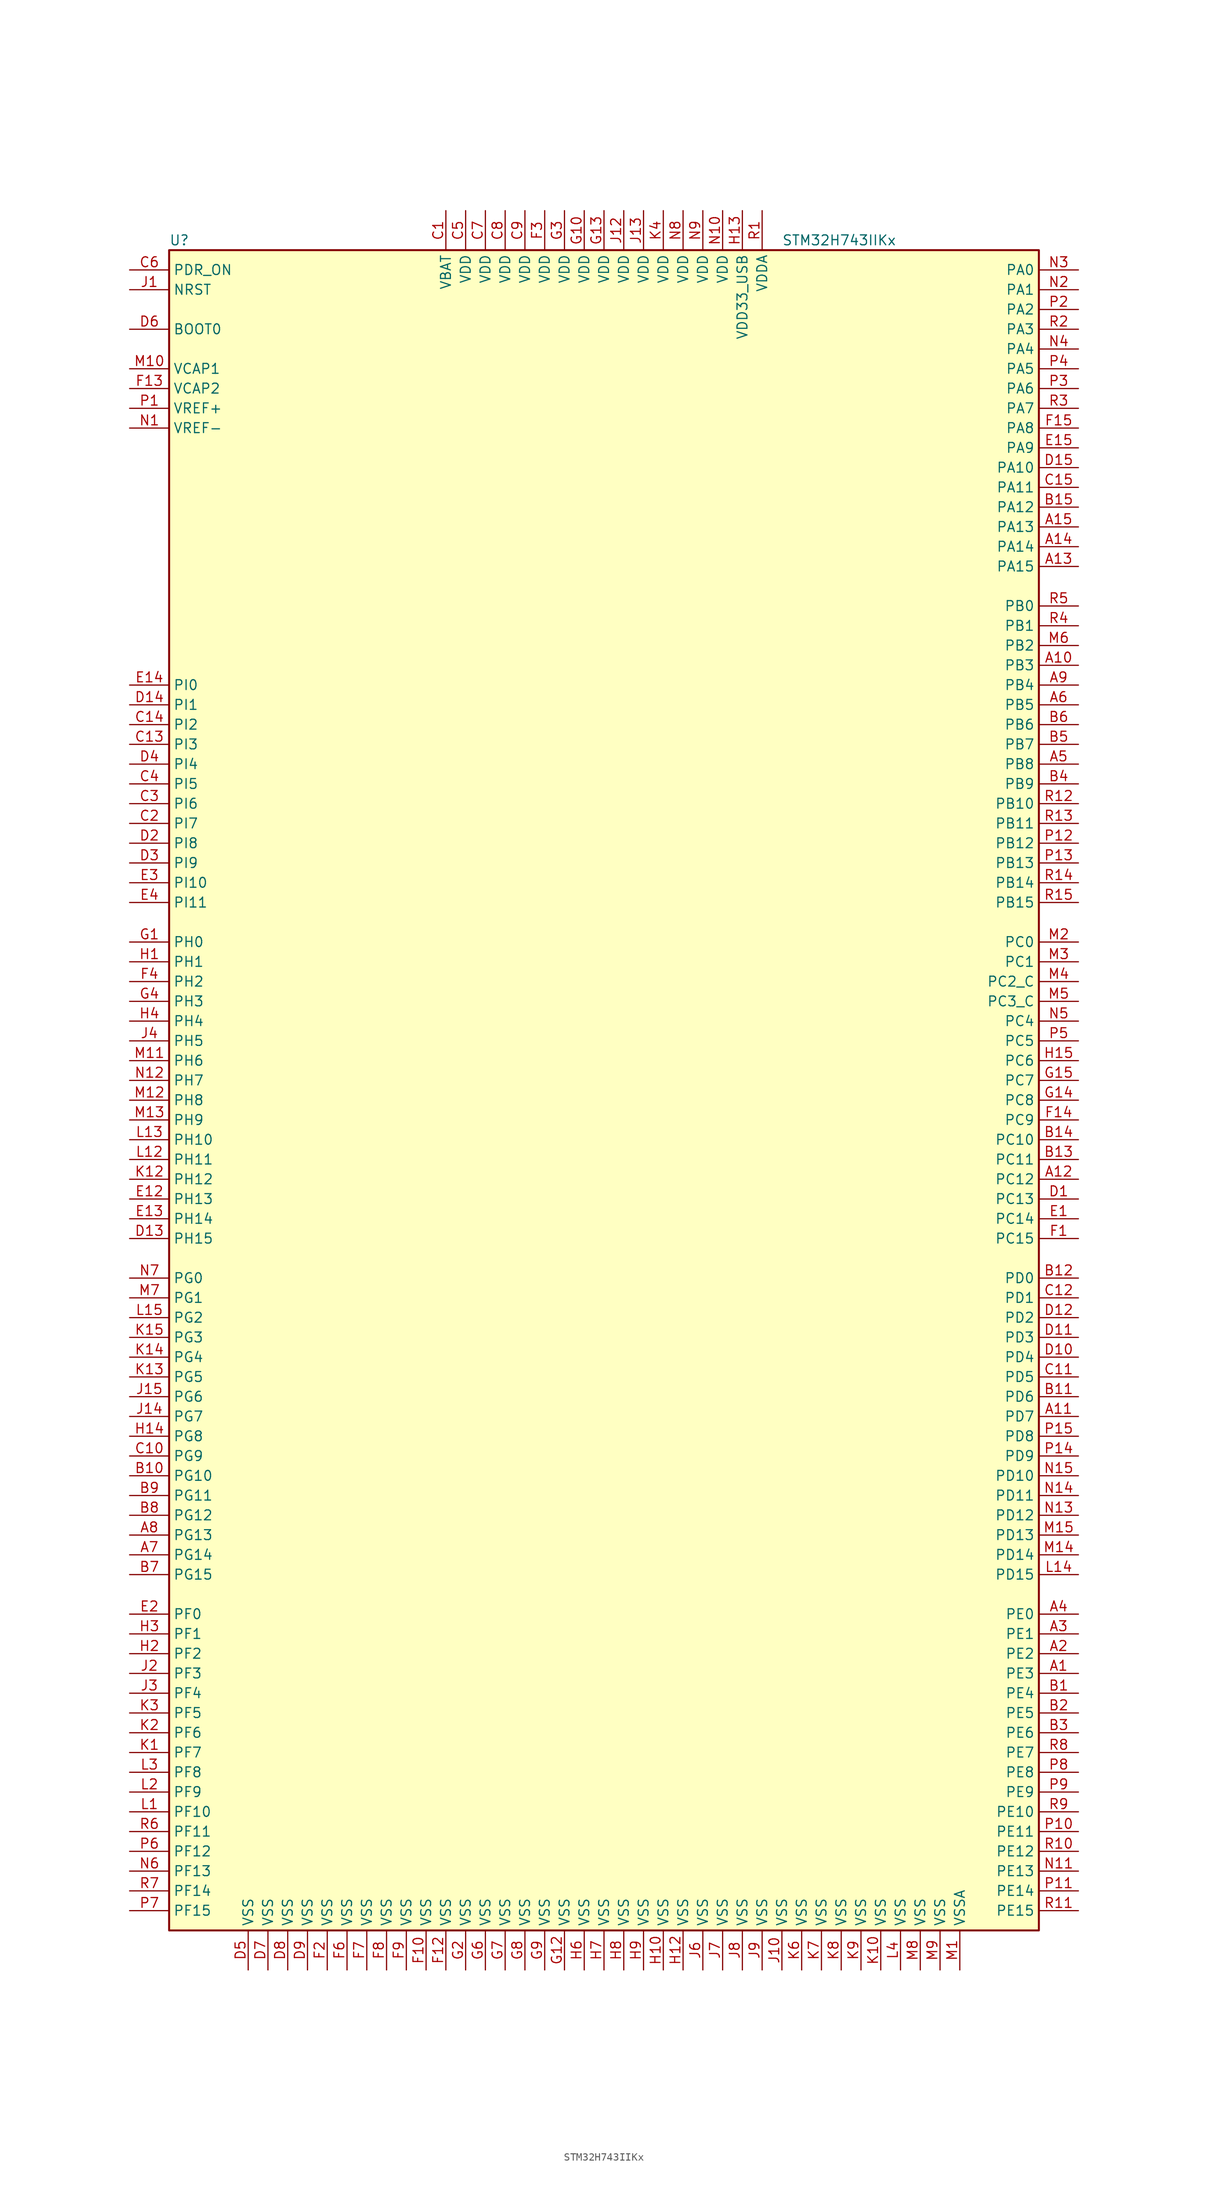
<source format=kicad_sym>
(kicad_symbol_lib
  (version 20220914)
  (generator kicad_symbol_editor)
  (symbol "STM32H743IIKx"
    (property "Reference" "U"
      (at -55.88 107.95 0)
      (effects (font (size 1.27 1.27)) (justify left)))
    (property "Value" "STM32H743IIKx"
      (at 22.86 107.95 0)
      (effects (font (size 1.27 1.27)) (justify left)))
    (symbol "STM32H743IIKx_0_1"
      (rectangle (start -55.88 -109.22) (end 55.88 106.68) (stroke (width 0.254) (type default)) (fill (type background))))
    (symbol "STM32H743IIKx_1_1"
      (pin bidirectional line (at 60.96 -76.2 180) (length 5.08) (name "PE3" (effects (font (size 1.27 1.27)))) (number "A1" (effects (font (size 1.27 1.27)))))
      (pin bidirectional line (at 60.96 53.34 180) (length 5.08) (name "PB3" (effects (font (size 1.27 1.27)))) (number "A10" (effects (font (size 1.27 1.27)))))
      (pin bidirectional line (at 60.96 -43.18 180) (length 5.08) (name "PD7" (effects (font (size 1.27 1.27)))) (number "A11" (effects (font (size 1.27 1.27)))))
      (pin bidirectional line (at 60.96 -12.7 180) (length 5.08) (name "PC12" (effects (font (size 1.27 1.27)))) (number "A12" (effects (font (size 1.27 1.27)))))
      (pin bidirectional line (at 60.96 66.04 180) (length 5.08) (name "PA15" (effects (font (size 1.27 1.27)))) (number "A13" (effects (font (size 1.27 1.27)))))
      (pin bidirectional line (at 60.96 68.58 180) (length 5.08) (name "PA14" (effects (font (size 1.27 1.27)))) (number "A14" (effects (font (size 1.27 1.27)))))
      (pin bidirectional line (at 60.96 71.12 180) (length 5.08) (name "PA13" (effects (font (size 1.27 1.27)))) (number "A15" (effects (font (size 1.27 1.27)))))
      (pin bidirectional line (at 60.96 -73.66 180) (length 5.08) (name "PE2" (effects (font (size 1.27 1.27)))) (number "A2" (effects (font (size 1.27 1.27)))))
      (pin bidirectional line (at 60.96 -71.12 180) (length 5.08) (name "PE1" (effects (font (size 1.27 1.27)))) (number "A3" (effects (font (size 1.27 1.27)))))
      (pin bidirectional line (at 60.96 -68.58 180) (length 5.08) (name "PE0" (effects (font (size 1.27 1.27)))) (number "A4" (effects (font (size 1.27 1.27)))))
      (pin bidirectional line (at 60.96 40.64 180) (length 5.08) (name "PB8" (effects (font (size 1.27 1.27)))) (number "A5" (effects (font (size 1.27 1.27)))))
      (pin bidirectional line (at 60.96 48.26 180) (length 5.08) (name "PB5" (effects (font (size 1.27 1.27)))) (number "A6" (effects (font (size 1.27 1.27)))))
      (pin bidirectional line (at -60.96 -60.96 0) (length 5.08) (name "PG14" (effects (font (size 1.27 1.27)))) (number "A7" (effects (font (size 1.27 1.27)))))
      (pin bidirectional line (at -60.96 -58.42 0) (length 5.08) (name "PG13" (effects (font (size 1.27 1.27)))) (number "A8" (effects (font (size 1.27 1.27)))))
      (pin bidirectional line (at 60.96 50.8 180) (length 5.08) (name "PB4" (effects (font (size 1.27 1.27)))) (number "A9" (effects (font (size 1.27 1.27)))))
      (pin bidirectional line (at 60.96 -78.74 180) (length 5.08) (name "PE4" (effects (font (size 1.27 1.27)))) (number "B1" (effects (font (size 1.27 1.27)))))
      (pin bidirectional line (at -60.96 -50.8 0) (length 5.08) (name "PG10" (effects (font (size 1.27 1.27)))) (number "B10" (effects (font (size 1.27 1.27)))))
      (pin bidirectional line (at 60.96 -40.64 180) (length 5.08) (name "PD6" (effects (font (size 1.27 1.27)))) (number "B11" (effects (font (size 1.27 1.27)))))
      (pin bidirectional line (at 60.96 -25.4 180) (length 5.08) (name "PD0" (effects (font (size 1.27 1.27)))) (number "B12" (effects (font (size 1.27 1.27)))))
      (pin bidirectional line (at 60.96 -10.16 180) (length 5.08) (name "PC11" (effects (font (size 1.27 1.27)))) (number "B13" (effects (font (size 1.27 1.27)))))
      (pin bidirectional line (at 60.96 -7.62 180) (length 5.08) (name "PC10" (effects (font (size 1.27 1.27)))) (number "B14" (effects (font (size 1.27 1.27)))))
      (pin bidirectional line (at 60.96 73.66 180) (length 5.08) (name "PA12" (effects (font (size 1.27 1.27)))) (number "B15" (effects (font (size 1.27 1.27)))))
      (pin bidirectional line (at 60.96 -81.28 180) (length 5.08) (name "PE5" (effects (font (size 1.27 1.27)))) (number "B2" (effects (font (size 1.27 1.27)))))
      (pin bidirectional line (at 60.96 -83.82 180) (length 5.08) (name "PE6" (effects (font (size 1.27 1.27)))) (number "B3" (effects (font (size 1.27 1.27)))))
      (pin bidirectional line (at 60.96 38.1 180) (length 5.08) (name "PB9" (effects (font (size 1.27 1.27)))) (number "B4" (effects (font (size 1.27 1.27)))))
      (pin bidirectional line (at 60.96 43.18 180) (length 5.08) (name "PB7" (effects (font (size 1.27 1.27)))) (number "B5" (effects (font (size 1.27 1.27)))))
      (pin bidirectional line (at 60.96 45.72 180) (length 5.08) (name "PB6" (effects (font (size 1.27 1.27)))) (number "B6" (effects (font (size 1.27 1.27)))))
      (pin bidirectional line (at -60.96 -63.5 0) (length 5.08) (name "PG15" (effects (font (size 1.27 1.27)))) (number "B7" (effects (font (size 1.27 1.27)))))
      (pin bidirectional line (at -60.96 -55.88 0) (length 5.08) (name "PG12" (effects (font (size 1.27 1.27)))) (number "B8" (effects (font (size 1.27 1.27)))))
      (pin bidirectional line (at -60.96 -53.34 0) (length 5.08) (name "PG11" (effects (font (size 1.27 1.27)))) (number "B9" (effects (font (size 1.27 1.27)))))
      (pin power_in line (at -20.32 111.76 270) (length 5.08) (name "VBAT" (effects (font (size 1.27 1.27)))) (number "C1" (effects (font (size 1.27 1.27)))))
      (pin bidirectional line (at -60.96 -48.26 0) (length 5.08) (name "PG9" (effects (font (size 1.27 1.27)))) (number "C10" (effects (font (size 1.27 1.27)))))
      (pin bidirectional line (at 60.96 -38.1 180) (length 5.08) (name "PD5" (effects (font (size 1.27 1.27)))) (number "C11" (effects (font (size 1.27 1.27)))))
      (pin bidirectional line (at 60.96 -27.94 180) (length 5.08) (name "PD1" (effects (font (size 1.27 1.27)))) (number "C12" (effects (font (size 1.27 1.27)))))
      (pin bidirectional line (at -60.96 43.18 0) (length 5.08) (name "PI3" (effects (font (size 1.27 1.27)))) (number "C13" (effects (font (size 1.27 1.27)))))
      (pin bidirectional line (at -60.96 45.72 0) (length 5.08) (name "PI2" (effects (font (size 1.27 1.27)))) (number "C14" (effects (font (size 1.27 1.27)))))
      (pin bidirectional line (at 60.96 76.2 180) (length 5.08) (name "PA11" (effects (font (size 1.27 1.27)))) (number "C15" (effects (font (size 1.27 1.27)))))
      (pin bidirectional line (at -60.96 33.02 0) (length 5.08) (name "PI7" (effects (font (size 1.27 1.27)))) (number "C2" (effects (font (size 1.27 1.27)))))
      (pin bidirectional line (at -60.96 35.56 0) (length 5.08) (name "PI6" (effects (font (size 1.27 1.27)))) (number "C3" (effects (font (size 1.27 1.27)))))
      (pin bidirectional line (at -60.96 38.1 0) (length 5.08) (name "PI5" (effects (font (size 1.27 1.27)))) (number "C4" (effects (font (size 1.27 1.27)))))
      (pin power_in line (at -17.78 111.76 270) (length 5.08) (name "VDD" (effects (font (size 1.27 1.27)))) (number "C5" (effects (font (size 1.27 1.27)))))
      (pin input line (at -60.96 104.14 0) (length 5.08) (name "PDR_ON" (effects (font (size 1.27 1.27)))) (number "C6" (effects (font (size 1.27 1.27)))))
      (pin power_in line (at -15.24 111.76 270) (length 5.08) (name "VDD" (effects (font (size 1.27 1.27)))) (number "C7" (effects (font (size 1.27 1.27)))))
      (pin power_in line (at -12.7 111.76 270) (length 5.08) (name "VDD" (effects (font (size 1.27 1.27)))) (number "C8" (effects (font (size 1.27 1.27)))))
      (pin power_in line (at -10.16 111.76 270) (length 5.08) (name "VDD" (effects (font (size 1.27 1.27)))) (number "C9" (effects (font (size 1.27 1.27)))))
      (pin bidirectional line (at 60.96 -15.24 180) (length 5.08) (name "PC13" (effects (font (size 1.27 1.27)))) (number "D1" (effects (font (size 1.27 1.27)))))
      (pin bidirectional line (at 60.96 -35.56 180) (length 5.08) (name "PD4" (effects (font (size 1.27 1.27)))) (number "D10" (effects (font (size 1.27 1.27)))))
      (pin bidirectional line (at 60.96 -33.02 180) (length 5.08) (name "PD3" (effects (font (size 1.27 1.27)))) (number "D11" (effects (font (size 1.27 1.27)))))
      (pin bidirectional line (at 60.96 -30.48 180) (length 5.08) (name "PD2" (effects (font (size 1.27 1.27)))) (number "D12" (effects (font (size 1.27 1.27)))))
      (pin bidirectional line (at -60.96 -20.32 0) (length 5.08) (name "PH15" (effects (font (size 1.27 1.27)))) (number "D13" (effects (font (size 1.27 1.27)))))
      (pin bidirectional line (at -60.96 48.26 0) (length 5.08) (name "PI1" (effects (font (size 1.27 1.27)))) (number "D14" (effects (font (size 1.27 1.27)))))
      (pin bidirectional line (at 60.96 78.74 180) (length 5.08) (name "PA10" (effects (font (size 1.27 1.27)))) (number "D15" (effects (font (size 1.27 1.27)))))
      (pin bidirectional line (at -60.96 30.48 0) (length 5.08) (name "PI8" (effects (font (size 1.27 1.27)))) (number "D2" (effects (font (size 1.27 1.27)))))
      (pin bidirectional line (at -60.96 27.94 0) (length 5.08) (name "PI9" (effects (font (size 1.27 1.27)))) (number "D3" (effects (font (size 1.27 1.27)))))
      (pin bidirectional line (at -60.96 40.64 0) (length 5.08) (name "PI4" (effects (font (size 1.27 1.27)))) (number "D4" (effects (font (size 1.27 1.27)))))
      (pin power_in line (at -45.72 -114.3 90) (length 5.08) (name "VSS" (effects (font (size 1.27 1.27)))) (number "D5" (effects (font (size 1.27 1.27)))))
      (pin input line (at -60.96 96.52 0) (length 5.08) (name "BOOT0" (effects (font (size 1.27 1.27)))) (number "D6" (effects (font (size 1.27 1.27)))))
      (pin power_in line (at -43.18 -114.3 90) (length 5.08) (name "VSS" (effects (font (size 1.27 1.27)))) (number "D7" (effects (font (size 1.27 1.27)))))
      (pin power_in line (at -40.64 -114.3 90) (length 5.08) (name "VSS" (effects (font (size 1.27 1.27)))) (number "D8" (effects (font (size 1.27 1.27)))))
      (pin power_in line (at -38.1 -114.3 90) (length 5.08) (name "VSS" (effects (font (size 1.27 1.27)))) (number "D9" (effects (font (size 1.27 1.27)))))
      (pin bidirectional line (at 60.96 -17.78 180) (length 5.08) (name "PC14" (effects (font (size 1.27 1.27)))) (number "E1" (effects (font (size 1.27 1.27)))))
      (pin bidirectional line (at -60.96 -15.24 0) (length 5.08) (name "PH13" (effects (font (size 1.27 1.27)))) (number "E12" (effects (font (size 1.27 1.27)))))
      (pin bidirectional line (at -60.96 -17.78 0) (length 5.08) (name "PH14" (effects (font (size 1.27 1.27)))) (number "E13" (effects (font (size 1.27 1.27)))))
      (pin bidirectional line (at -60.96 50.8 0) (length 5.08) (name "PI0" (effects (font (size 1.27 1.27)))) (number "E14" (effects (font (size 1.27 1.27)))))
      (pin bidirectional line (at 60.96 81.28 180) (length 5.08) (name "PA9" (effects (font (size 1.27 1.27)))) (number "E15" (effects (font (size 1.27 1.27)))))
      (pin bidirectional line (at -60.96 -68.58 0) (length 5.08) (name "PF0" (effects (font (size 1.27 1.27)))) (number "E2" (effects (font (size 1.27 1.27)))))
      (pin bidirectional line (at -60.96 25.4 0) (length 5.08) (name "PI10" (effects (font (size 1.27 1.27)))) (number "E3" (effects (font (size 1.27 1.27)))))
      (pin bidirectional line (at -60.96 22.86 0) (length 5.08) (name "PI11" (effects (font (size 1.27 1.27)))) (number "E4" (effects (font (size 1.27 1.27)))))
      (pin bidirectional line (at 60.96 -20.32 180) (length 5.08) (name "PC15" (effects (font (size 1.27 1.27)))) (number "F1" (effects (font (size 1.27 1.27)))))
      (pin power_in line (at -22.86 -114.3 90) (length 5.08) (name "VSS" (effects (font (size 1.27 1.27)))) (number "F10" (effects (font (size 1.27 1.27)))))
      (pin power_in line (at -20.32 -114.3 90) (length 5.08) (name "VSS" (effects (font (size 1.27 1.27)))) (number "F12" (effects (font (size 1.27 1.27)))))
      (pin power_in line (at -60.96 88.9 0) (length 5.08) (name "VCAP2" (effects (font (size 1.27 1.27)))) (number "F13" (effects (font (size 1.27 1.27)))))
      (pin bidirectional line (at 60.96 -5.08 180) (length 5.08) (name "PC9" (effects (font (size 1.27 1.27)))) (number "F14" (effects (font (size 1.27 1.27)))))
      (pin bidirectional line (at 60.96 83.82 180) (length 5.08) (name "PA8" (effects (font (size 1.27 1.27)))) (number "F15" (effects (font (size 1.27 1.27)))))
      (pin power_in line (at -35.56 -114.3 90) (length 5.08) (name "VSS" (effects (font (size 1.27 1.27)))) (number "F2" (effects (font (size 1.27 1.27)))))
      (pin power_in line (at -7.62 111.76 270) (length 5.08) (name "VDD" (effects (font (size 1.27 1.27)))) (number "F3" (effects (font (size 1.27 1.27)))))
      (pin bidirectional line (at -60.96 12.7 0) (length 5.08) (name "PH2" (effects (font (size 1.27 1.27)))) (number "F4" (effects (font (size 1.27 1.27)))))
      (pin power_in line (at -33.02 -114.3 90) (length 5.08) (name "VSS" (effects (font (size 1.27 1.27)))) (number "F6" (effects (font (size 1.27 1.27)))))
      (pin power_in line (at -30.48 -114.3 90) (length 5.08) (name "VSS" (effects (font (size 1.27 1.27)))) (number "F7" (effects (font (size 1.27 1.27)))))
      (pin power_in line (at -27.94 -114.3 90) (length 5.08) (name "VSS" (effects (font (size 1.27 1.27)))) (number "F8" (effects (font (size 1.27 1.27)))))
      (pin power_in line (at -25.4 -114.3 90) (length 5.08) (name "VSS" (effects (font (size 1.27 1.27)))) (number "F9" (effects (font (size 1.27 1.27)))))
      (pin input line (at -60.96 17.78 0) (length 5.08) (name "PH0" (effects (font (size 1.27 1.27)))) (number "G1" (effects (font (size 1.27 1.27)))))
      (pin power_in line (at -2.54 111.76 270) (length 5.08) (name "VDD" (effects (font (size 1.27 1.27)))) (number "G10" (effects (font (size 1.27 1.27)))))
      (pin power_in line (at -5.08 -114.3 90) (length 5.08) (name "VSS" (effects (font (size 1.27 1.27)))) (number "G12" (effects (font (size 1.27 1.27)))))
      (pin power_in line (at 0 111.76 270) (length 5.08) (name "VDD" (effects (font (size 1.27 1.27)))) (number "G13" (effects (font (size 1.27 1.27)))))
      (pin bidirectional line (at 60.96 -2.54 180) (length 5.08) (name "PC8" (effects (font (size 1.27 1.27)))) (number "G14" (effects (font (size 1.27 1.27)))))
      (pin bidirectional line (at 60.96 0 180) (length 5.08) (name "PC7" (effects (font (size 1.27 1.27)))) (number "G15" (effects (font (size 1.27 1.27)))))
      (pin power_in line (at -17.78 -114.3 90) (length 5.08) (name "VSS" (effects (font (size 1.27 1.27)))) (number "G2" (effects (font (size 1.27 1.27)))))
      (pin power_in line (at -5.08 111.76 270) (length 5.08) (name "VDD" (effects (font (size 1.27 1.27)))) (number "G3" (effects (font (size 1.27 1.27)))))
      (pin bidirectional line (at -60.96 10.16 0) (length 5.08) (name "PH3" (effects (font (size 1.27 1.27)))) (number "G4" (effects (font (size 1.27 1.27)))))
      (pin power_in line (at -15.24 -114.3 90) (length 5.08) (name "VSS" (effects (font (size 1.27 1.27)))) (number "G6" (effects (font (size 1.27 1.27)))))
      (pin power_in line (at -12.7 -114.3 90) (length 5.08) (name "VSS" (effects (font (size 1.27 1.27)))) (number "G7" (effects (font (size 1.27 1.27)))))
      (pin power_in line (at -10.16 -114.3 90) (length 5.08) (name "VSS" (effects (font (size 1.27 1.27)))) (number "G8" (effects (font (size 1.27 1.27)))))
      (pin power_in line (at -7.62 -114.3 90) (length 5.08) (name "VSS" (effects (font (size 1.27 1.27)))) (number "G9" (effects (font (size 1.27 1.27)))))
      (pin input line (at -60.96 15.24 0) (length 5.08) (name "PH1" (effects (font (size 1.27 1.27)))) (number "H1" (effects (font (size 1.27 1.27)))))
      (pin power_in line (at 7.62 -114.3 90) (length 5.08) (name "VSS" (effects (font (size 1.27 1.27)))) (number "H10" (effects (font (size 1.27 1.27)))))
      (pin power_in line (at 10.16 -114.3 90) (length 5.08) (name "VSS" (effects (font (size 1.27 1.27)))) (number "H12" (effects (font (size 1.27 1.27)))))
      (pin power_in line (at 17.78 111.76 270) (length 5.08) (name "VDD33_USB" (effects (font (size 1.27 1.27)))) (number "H13" (effects (font (size 1.27 1.27)))))
      (pin bidirectional line (at -60.96 -45.72 0) (length 5.08) (name "PG8" (effects (font (size 1.27 1.27)))) (number "H14" (effects (font (size 1.27 1.27)))))
      (pin bidirectional line (at 60.96 2.54 180) (length 5.08) (name "PC6" (effects (font (size 1.27 1.27)))) (number "H15" (effects (font (size 1.27 1.27)))))
      (pin bidirectional line (at -60.96 -73.66 0) (length 5.08) (name "PF2" (effects (font (size 1.27 1.27)))) (number "H2" (effects (font (size 1.27 1.27)))))
      (pin bidirectional line (at -60.96 -71.12 0) (length 5.08) (name "PF1" (effects (font (size 1.27 1.27)))) (number "H3" (effects (font (size 1.27 1.27)))))
      (pin bidirectional line (at -60.96 7.62 0) (length 5.08) (name "PH4" (effects (font (size 1.27 1.27)))) (number "H4" (effects (font (size 1.27 1.27)))))
      (pin power_in line (at -2.54 -114.3 90) (length 5.08) (name "VSS" (effects (font (size 1.27 1.27)))) (number "H6" (effects (font (size 1.27 1.27)))))
      (pin power_in line (at 0 -114.3 90) (length 5.08) (name "VSS" (effects (font (size 1.27 1.27)))) (number "H7" (effects (font (size 1.27 1.27)))))
      (pin power_in line (at 2.54 -114.3 90) (length 5.08) (name "VSS" (effects (font (size 1.27 1.27)))) (number "H8" (effects (font (size 1.27 1.27)))))
      (pin power_in line (at 5.08 -114.3 90) (length 5.08) (name "VSS" (effects (font (size 1.27 1.27)))) (number "H9" (effects (font (size 1.27 1.27)))))
      (pin input line (at -60.96 101.6 0) (length 5.08) (name "NRST" (effects (font (size 1.27 1.27)))) (number "J1" (effects (font (size 1.27 1.27)))))
      (pin power_in line (at 22.86 -114.3 90) (length 5.08) (name "VSS" (effects (font (size 1.27 1.27)))) (number "J10" (effects (font (size 1.27 1.27)))))
      (pin power_in line (at 2.54 111.76 270) (length 5.08) (name "VDD" (effects (font (size 1.27 1.27)))) (number "J12" (effects (font (size 1.27 1.27)))))
      (pin power_in line (at 5.08 111.76 270) (length 5.08) (name "VDD" (effects (font (size 1.27 1.27)))) (number "J13" (effects (font (size 1.27 1.27)))))
      (pin bidirectional line (at -60.96 -43.18 0) (length 5.08) (name "PG7" (effects (font (size 1.27 1.27)))) (number "J14" (effects (font (size 1.27 1.27)))))
      (pin bidirectional line (at -60.96 -40.64 0) (length 5.08) (name "PG6" (effects (font (size 1.27 1.27)))) (number "J15" (effects (font (size 1.27 1.27)))))
      (pin bidirectional line (at -60.96 -76.2 0) (length 5.08) (name "PF3" (effects (font (size 1.27 1.27)))) (number "J2" (effects (font (size 1.27 1.27)))))
      (pin bidirectional line (at -60.96 -78.74 0) (length 5.08) (name "PF4" (effects (font (size 1.27 1.27)))) (number "J3" (effects (font (size 1.27 1.27)))))
      (pin bidirectional line (at -60.96 5.08 0) (length 5.08) (name "PH5" (effects (font (size 1.27 1.27)))) (number "J4" (effects (font (size 1.27 1.27)))))
      (pin power_in line (at 12.7 -114.3 90) (length 5.08) (name "VSS" (effects (font (size 1.27 1.27)))) (number "J6" (effects (font (size 1.27 1.27)))))
      (pin power_in line (at 15.24 -114.3 90) (length 5.08) (name "VSS" (effects (font (size 1.27 1.27)))) (number "J7" (effects (font (size 1.27 1.27)))))
      (pin power_in line (at 17.78 -114.3 90) (length 5.08) (name "VSS" (effects (font (size 1.27 1.27)))) (number "J8" (effects (font (size 1.27 1.27)))))
      (pin power_in line (at 20.32 -114.3 90) (length 5.08) (name "VSS" (effects (font (size 1.27 1.27)))) (number "J9" (effects (font (size 1.27 1.27)))))
      (pin bidirectional line (at -60.96 -86.36 0) (length 5.08) (name "PF7" (effects (font (size 1.27 1.27)))) (number "K1" (effects (font (size 1.27 1.27)))))
      (pin power_in line (at 35.56 -114.3 90) (length 5.08) (name "VSS" (effects (font (size 1.27 1.27)))) (number "K10" (effects (font (size 1.27 1.27)))))
      (pin bidirectional line (at -60.96 -12.7 0) (length 5.08) (name "PH12" (effects (font (size 1.27 1.27)))) (number "K12" (effects (font (size 1.27 1.27)))))
      (pin bidirectional line (at -60.96 -38.1 0) (length 5.08) (name "PG5" (effects (font (size 1.27 1.27)))) (number "K13" (effects (font (size 1.27 1.27)))))
      (pin bidirectional line (at -60.96 -35.56 0) (length 5.08) (name "PG4" (effects (font (size 1.27 1.27)))) (number "K14" (effects (font (size 1.27 1.27)))))
      (pin bidirectional line (at -60.96 -33.02 0) (length 5.08) (name "PG3" (effects (font (size 1.27 1.27)))) (number "K15" (effects (font (size 1.27 1.27)))))
      (pin bidirectional line (at -60.96 -83.82 0) (length 5.08) (name "PF6" (effects (font (size 1.27 1.27)))) (number "K2" (effects (font (size 1.27 1.27)))))
      (pin bidirectional line (at -60.96 -81.28 0) (length 5.08) (name "PF5" (effects (font (size 1.27 1.27)))) (number "K3" (effects (font (size 1.27 1.27)))))
      (pin power_in line (at 7.62 111.76 270) (length 5.08) (name "VDD" (effects (font (size 1.27 1.27)))) (number "K4" (effects (font (size 1.27 1.27)))))
      (pin power_in line (at 25.4 -114.3 90) (length 5.08) (name "VSS" (effects (font (size 1.27 1.27)))) (number "K6" (effects (font (size 1.27 1.27)))))
      (pin power_in line (at 27.94 -114.3 90) (length 5.08) (name "VSS" (effects (font (size 1.27 1.27)))) (number "K7" (effects (font (size 1.27 1.27)))))
      (pin power_in line (at 30.48 -114.3 90) (length 5.08) (name "VSS" (effects (font (size 1.27 1.27)))) (number "K8" (effects (font (size 1.27 1.27)))))
      (pin power_in line (at 33.02 -114.3 90) (length 5.08) (name "VSS" (effects (font (size 1.27 1.27)))) (number "K9" (effects (font (size 1.27 1.27)))))
      (pin bidirectional line (at -60.96 -93.98 0) (length 5.08) (name "PF10" (effects (font (size 1.27 1.27)))) (number "L1" (effects (font (size 1.27 1.27)))))
      (pin bidirectional line (at -60.96 -10.16 0) (length 5.08) (name "PH11" (effects (font (size 1.27 1.27)))) (number "L12" (effects (font (size 1.27 1.27)))))
      (pin bidirectional line (at -60.96 -7.62 0) (length 5.08) (name "PH10" (effects (font (size 1.27 1.27)))) (number "L13" (effects (font (size 1.27 1.27)))))
      (pin bidirectional line (at 60.96 -63.5 180) (length 5.08) (name "PD15" (effects (font (size 1.27 1.27)))) (number "L14" (effects (font (size 1.27 1.27)))))
      (pin bidirectional line (at -60.96 -30.48 0) (length 5.08) (name "PG2" (effects (font (size 1.27 1.27)))) (number "L15" (effects (font (size 1.27 1.27)))))
      (pin bidirectional line (at -60.96 -91.44 0) (length 5.08) (name "PF9" (effects (font (size 1.27 1.27)))) (number "L2" (effects (font (size 1.27 1.27)))))
      (pin bidirectional line (at -60.96 -88.9 0) (length 5.08) (name "PF8" (effects (font (size 1.27 1.27)))) (number "L3" (effects (font (size 1.27 1.27)))))
      (pin power_in line (at 38.1 -114.3 90) (length 5.08) (name "VSS" (effects (font (size 1.27 1.27)))) (number "L4" (effects (font (size 1.27 1.27)))))
      (pin power_in line (at 45.72 -114.3 90) (length 5.08) (name "VSSA" (effects (font (size 1.27 1.27)))) (number "M1" (effects (font (size 1.27 1.27)))))
      (pin power_in line (at -60.96 91.44 0) (length 5.08) (name "VCAP1" (effects (font (size 1.27 1.27)))) (number "M10" (effects (font (size 1.27 1.27)))))
      (pin bidirectional line (at -60.96 2.54 0) (length 5.08) (name "PH6" (effects (font (size 1.27 1.27)))) (number "M11" (effects (font (size 1.27 1.27)))))
      (pin bidirectional line (at -60.96 -2.54 0) (length 5.08) (name "PH8" (effects (font (size 1.27 1.27)))) (number "M12" (effects (font (size 1.27 1.27)))))
      (pin bidirectional line (at -60.96 -5.08 0) (length 5.08) (name "PH9" (effects (font (size 1.27 1.27)))) (number "M13" (effects (font (size 1.27 1.27)))))
      (pin bidirectional line (at 60.96 -60.96 180) (length 5.08) (name "PD14" (effects (font (size 1.27 1.27)))) (number "M14" (effects (font (size 1.27 1.27)))))
      (pin bidirectional line (at 60.96 -58.42 180) (length 5.08) (name "PD13" (effects (font (size 1.27 1.27)))) (number "M15" (effects (font (size 1.27 1.27)))))
      (pin bidirectional line (at 60.96 17.78 180) (length 5.08) (name "PC0" (effects (font (size 1.27 1.27)))) (number "M2" (effects (font (size 1.27 1.27)))))
      (pin bidirectional line (at 60.96 15.24 180) (length 5.08) (name "PC1" (effects (font (size 1.27 1.27)))) (number "M3" (effects (font (size 1.27 1.27)))))
      (pin bidirectional line (at 60.96 12.7 180) (length 5.08) (name "PC2_C" (effects (font (size 1.27 1.27)))) (number "M4" (effects (font (size 1.27 1.27)))))
      (pin bidirectional line (at 60.96 10.16 180) (length 5.08) (name "PC3_C" (effects (font (size 1.27 1.27)))) (number "M5" (effects (font (size 1.27 1.27)))))
      (pin bidirectional line (at 60.96 55.88 180) (length 5.08) (name "PB2" (effects (font (size 1.27 1.27)))) (number "M6" (effects (font (size 1.27 1.27)))))
      (pin bidirectional line (at -60.96 -27.94 0) (length 5.08) (name "PG1" (effects (font (size 1.27 1.27)))) (number "M7" (effects (font (size 1.27 1.27)))))
      (pin power_in line (at 40.64 -114.3 90) (length 5.08) (name "VSS" (effects (font (size 1.27 1.27)))) (number "M8" (effects (font (size 1.27 1.27)))))
      (pin power_in line (at 43.18 -114.3 90) (length 5.08) (name "VSS" (effects (font (size 1.27 1.27)))) (number "M9" (effects (font (size 1.27 1.27)))))
      (pin power_in line (at -60.96 83.82 0) (length 5.08) (name "VREF-" (effects (font (size 1.27 1.27)))) (number "N1" (effects (font (size 1.27 1.27)))))
      (pin power_in line (at 15.24 111.76 270) (length 5.08) (name "VDD" (effects (font (size 1.27 1.27)))) (number "N10" (effects (font (size 1.27 1.27)))))
      (pin bidirectional line (at 60.96 -101.6 180) (length 5.08) (name "PE13" (effects (font (size 1.27 1.27)))) (number "N11" (effects (font (size 1.27 1.27)))))
      (pin bidirectional line (at -60.96 0 0) (length 5.08) (name "PH7" (effects (font (size 1.27 1.27)))) (number "N12" (effects (font (size 1.27 1.27)))))
      (pin bidirectional line (at 60.96 -55.88 180) (length 5.08) (name "PD12" (effects (font (size 1.27 1.27)))) (number "N13" (effects (font (size 1.27 1.27)))))
      (pin bidirectional line (at 60.96 -53.34 180) (length 5.08) (name "PD11" (effects (font (size 1.27 1.27)))) (number "N14" (effects (font (size 1.27 1.27)))))
      (pin bidirectional line (at 60.96 -50.8 180) (length 5.08) (name "PD10" (effects (font (size 1.27 1.27)))) (number "N15" (effects (font (size 1.27 1.27)))))
      (pin bidirectional line (at 60.96 101.6 180) (length 5.08) (name "PA1" (effects (font (size 1.27 1.27)))) (number "N2" (effects (font (size 1.27 1.27)))))
      (pin bidirectional line (at 60.96 104.14 180) (length 5.08) (name "PA0" (effects (font (size 1.27 1.27)))) (number "N3" (effects (font (size 1.27 1.27)))))
      (pin bidirectional line (at 60.96 93.98 180) (length 5.08) (name "PA4" (effects (font (size 1.27 1.27)))) (number "N4" (effects (font (size 1.27 1.27)))))
      (pin bidirectional line (at 60.96 7.62 180) (length 5.08) (name "PC4" (effects (font (size 1.27 1.27)))) (number "N5" (effects (font (size 1.27 1.27)))))
      (pin bidirectional line (at -60.96 -101.6 0) (length 5.08) (name "PF13" (effects (font (size 1.27 1.27)))) (number "N6" (effects (font (size 1.27 1.27)))))
      (pin bidirectional line (at -60.96 -25.4 0) (length 5.08) (name "PG0" (effects (font (size 1.27 1.27)))) (number "N7" (effects (font (size 1.27 1.27)))))
      (pin power_in line (at 10.16 111.76 270) (length 5.08) (name "VDD" (effects (font (size 1.27 1.27)))) (number "N8" (effects (font (size 1.27 1.27)))))
      (pin power_in line (at 12.7 111.76 270) (length 5.08) (name "VDD" (effects (font (size 1.27 1.27)))) (number "N9" (effects (font (size 1.27 1.27)))))
      (pin bidirectional line (at -60.96 86.36 0) (length 5.08) (name "VREF+" (effects (font (size 1.27 1.27)))) (number "P1" (effects (font (size 1.27 1.27)))))
      (pin bidirectional line (at 60.96 -96.52 180) (length 5.08) (name "PE11" (effects (font (size 1.27 1.27)))) (number "P10" (effects (font (size 1.27 1.27)))))
      (pin bidirectional line (at 60.96 -104.14 180) (length 5.08) (name "PE14" (effects (font (size 1.27 1.27)))) (number "P11" (effects (font (size 1.27 1.27)))))
      (pin bidirectional line (at 60.96 30.48 180) (length 5.08) (name "PB12" (effects (font (size 1.27 1.27)))) (number "P12" (effects (font (size 1.27 1.27)))))
      (pin bidirectional line (at 60.96 27.94 180) (length 5.08) (name "PB13" (effects (font (size 1.27 1.27)))) (number "P13" (effects (font (size 1.27 1.27)))))
      (pin bidirectional line (at 60.96 -48.26 180) (length 5.08) (name "PD9" (effects (font (size 1.27 1.27)))) (number "P14" (effects (font (size 1.27 1.27)))))
      (pin bidirectional line (at 60.96 -45.72 180) (length 5.08) (name "PD8" (effects (font (size 1.27 1.27)))) (number "P15" (effects (font (size 1.27 1.27)))))
      (pin bidirectional line (at 60.96 99.06 180) (length 5.08) (name "PA2" (effects (font (size 1.27 1.27)))) (number "P2" (effects (font (size 1.27 1.27)))))
      (pin bidirectional line (at 60.96 88.9 180) (length 5.08) (name "PA6" (effects (font (size 1.27 1.27)))) (number "P3" (effects (font (size 1.27 1.27)))))
      (pin bidirectional line (at 60.96 91.44 180) (length 5.08) (name "PA5" (effects (font (size 1.27 1.27)))) (number "P4" (effects (font (size 1.27 1.27)))))
      (pin bidirectional line (at 60.96 5.08 180) (length 5.08) (name "PC5" (effects (font (size 1.27 1.27)))) (number "P5" (effects (font (size 1.27 1.27)))))
      (pin bidirectional line (at -60.96 -99.06 0) (length 5.08) (name "PF12" (effects (font (size 1.27 1.27)))) (number "P6" (effects (font (size 1.27 1.27)))))
      (pin bidirectional line (at -60.96 -106.68 0) (length 5.08) (name "PF15" (effects (font (size 1.27 1.27)))) (number "P7" (effects (font (size 1.27 1.27)))))
      (pin bidirectional line (at 60.96 -88.9 180) (length 5.08) (name "PE8" (effects (font (size 1.27 1.27)))) (number "P8" (effects (font (size 1.27 1.27)))))
      (pin bidirectional line (at 60.96 -91.44 180) (length 5.08) (name "PE9" (effects (font (size 1.27 1.27)))) (number "P9" (effects (font (size 1.27 1.27)))))
      (pin power_in line (at 20.32 111.76 270) (length 5.08) (name "VDDA" (effects (font (size 1.27 1.27)))) (number "R1" (effects (font (size 1.27 1.27)))))
      (pin bidirectional line (at 60.96 -99.06 180) (length 5.08) (name "PE12" (effects (font (size 1.27 1.27)))) (number "R10" (effects (font (size 1.27 1.27)))))
      (pin bidirectional line (at 60.96 -106.68 180) (length 5.08) (name "PE15" (effects (font (size 1.27 1.27)))) (number "R11" (effects (font (size 1.27 1.27)))))
      (pin bidirectional line (at 60.96 35.56 180) (length 5.08) (name "PB10" (effects (font (size 1.27 1.27)))) (number "R12" (effects (font (size 1.27 1.27)))))
      (pin bidirectional line (at 60.96 33.02 180) (length 5.08) (name "PB11" (effects (font (size 1.27 1.27)))) (number "R13" (effects (font (size 1.27 1.27)))))
      (pin bidirectional line (at 60.96 25.4 180) (length 5.08) (name "PB14" (effects (font (size 1.27 1.27)))) (number "R14" (effects (font (size 1.27 1.27)))))
      (pin bidirectional line (at 60.96 22.86 180) (length 5.08) (name "PB15" (effects (font (size 1.27 1.27)))) (number "R15" (effects (font (size 1.27 1.27)))))
      (pin bidirectional line (at 60.96 96.52 180) (length 5.08) (name "PA3" (effects (font (size 1.27 1.27)))) (number "R2" (effects (font (size 1.27 1.27)))))
      (pin bidirectional line (at 60.96 86.36 180) (length 5.08) (name "PA7" (effects (font (size 1.27 1.27)))) (number "R3" (effects (font (size 1.27 1.27)))))
      (pin bidirectional line (at 60.96 58.42 180) (length 5.08) (name "PB1" (effects (font (size 1.27 1.27)))) (number "R4" (effects (font (size 1.27 1.27)))))
      (pin bidirectional line (at 60.96 60.96 180) (length 5.08) (name "PB0" (effects (font (size 1.27 1.27)))) (number "R5" (effects (font (size 1.27 1.27)))))
      (pin bidirectional line (at -60.96 -96.52 0) (length 5.08) (name "PF11" (effects (font (size 1.27 1.27)))) (number "R6" (effects (font (size 1.27 1.27)))))
      (pin bidirectional line (at -60.96 -104.14 0) (length 5.08) (name "PF14" (effects (font (size 1.27 1.27)))) (number "R7" (effects (font (size 1.27 1.27)))))
      (pin bidirectional line (at 60.96 -86.36 180) (length 5.08) (name "PE7" (effects (font (size 1.27 1.27)))) (number "R8" (effects (font (size 1.27 1.27)))))
      (pin bidirectional line (at 60.96 -93.98 180) (length 5.08) (name "PE10" (effects (font (size 1.27 1.27)))) (number "R9" (effects (font (size 1.27 1.27))))))))
</source>
